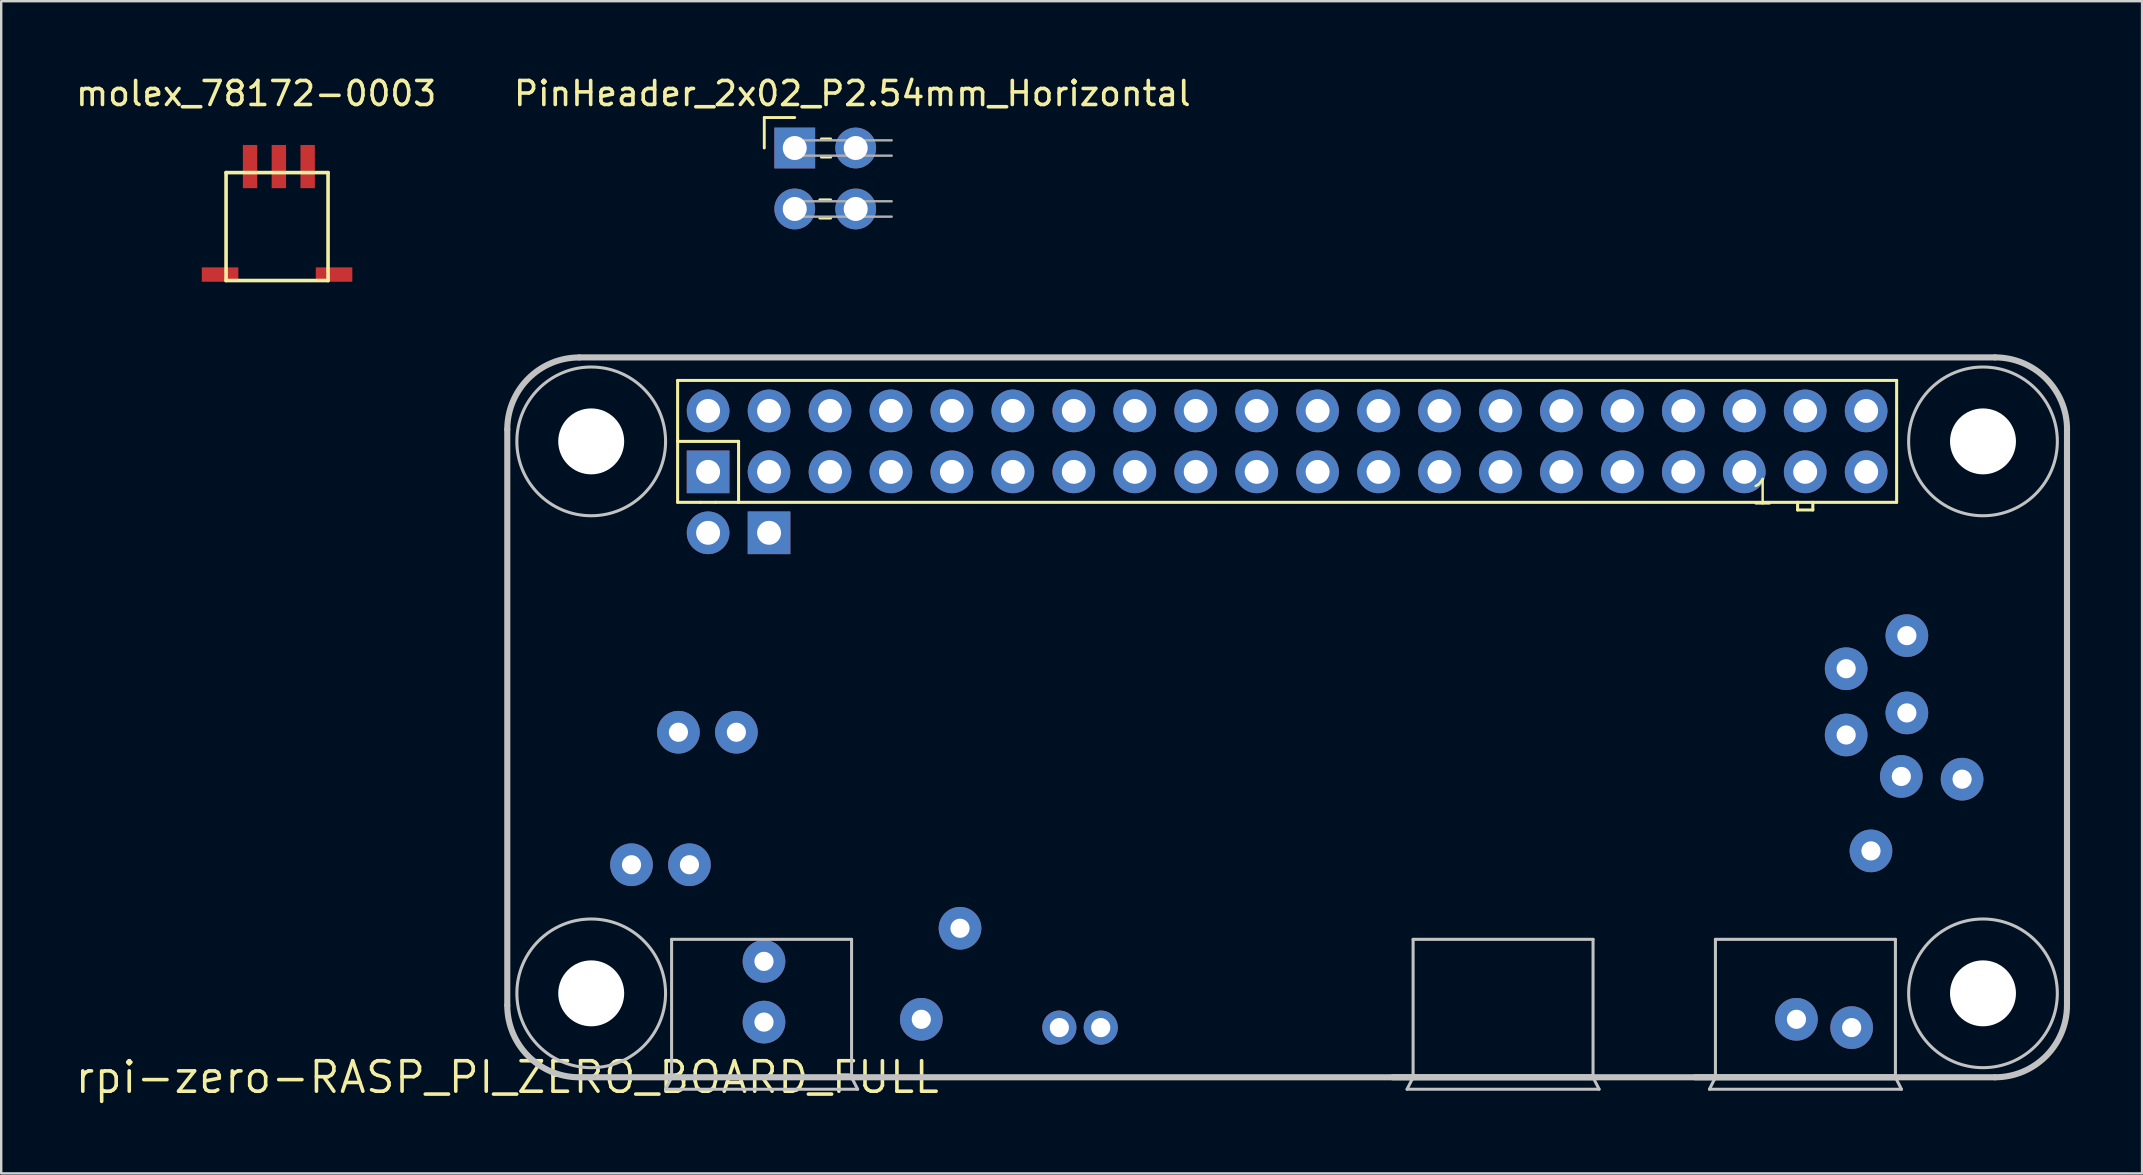
<source format=kicad_pcb>
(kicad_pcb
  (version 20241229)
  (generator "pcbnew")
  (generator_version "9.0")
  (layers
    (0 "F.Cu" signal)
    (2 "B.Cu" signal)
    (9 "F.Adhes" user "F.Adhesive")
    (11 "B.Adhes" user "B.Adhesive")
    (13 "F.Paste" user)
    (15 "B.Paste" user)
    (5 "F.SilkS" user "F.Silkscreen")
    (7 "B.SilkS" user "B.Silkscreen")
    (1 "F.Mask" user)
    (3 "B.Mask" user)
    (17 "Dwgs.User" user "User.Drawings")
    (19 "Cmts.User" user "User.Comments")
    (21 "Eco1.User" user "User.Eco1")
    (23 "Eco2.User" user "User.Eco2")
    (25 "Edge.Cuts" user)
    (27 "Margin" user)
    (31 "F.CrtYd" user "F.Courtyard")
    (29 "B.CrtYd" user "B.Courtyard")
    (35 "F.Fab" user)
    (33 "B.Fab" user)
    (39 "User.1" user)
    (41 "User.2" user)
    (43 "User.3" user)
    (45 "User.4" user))
  (footprint "rpi-zero-RASP_PI_ZERO_BOARD_FULL"
    (layer "F.Cu")
    (at 18.09 41.844)
    (property "Reference" "rpi-zero-RASP_PI_ZERO_BOARD_FULL" (at 0 0 0) (layer "F.SilkS") (effects (font (size 1.27 1.27) (thickness 0.15))))
    (attr exclude_from_pos_files exclude_from_bom)
    (fp_line (start 7.099 -29.04) (end 7.099 -26.5) (stroke (width 0.127) (type solid)) (layer "F.SilkS"))
    (fp_line (start 7.099 -26.5) (end 7.099 -23.96) (stroke (width 0.127) (type solid)) (layer "F.SilkS"))
    (fp_line (start 7.099 -26.5) (end 9.639 -26.5) (stroke (width 0.127) (type solid)) (layer "F.SilkS"))
    (fp_line (start 7.099 -23.96) (end 8.052 -23.96) (stroke (width 0.127) (type solid)) (layer "F.SilkS"))
    (fp_line (start 8.052 -23.96) (end 8.687 -23.96) (stroke (width 0.127) (type solid)) (layer "F.SilkS"))
    (fp_line (start 8.687 -23.96) (end 9.639 -23.96) (stroke (width 0.127) (type solid)) (layer "F.SilkS"))
    (fp_line (start 9.639 -26.5) (end 9.639 -23.96) (stroke (width 0.127) (type solid)) (layer "F.SilkS"))
    (fp_line (start 9.639 -23.96) (end 57.899 -23.96) (stroke (width 0.127) (type solid)) (layer "F.SilkS"))
    (fp_line (start 53.772 -23.96) (end 53.772 -23.642) (stroke (width 0.127) (type solid)) (layer "F.SilkS"))
    (fp_line (start 53.772 -23.642) (end 54.407 -23.642) (stroke (width 0.127) (type solid)) (layer "F.SilkS"))
    (fp_line (start 54.407 -23.642) (end 54.407 -23.96) (stroke (width 0.127) (type solid)) (layer "F.SilkS"))
    (fp_line (start 57.899 -29.04) (end 7.099 -29.04) (stroke (width 0.127) (type solid)) (layer "F.SilkS"))
    (fp_line (start 57.899 -23.96) (end 57.899 -29.04) (stroke (width 0.127) (type solid)) (layer "F.SilkS"))
    (fp_line (start 0 -26.998) (end 0 -3) (stroke (width 0.254) (type solid)) (layer "Dwgs.User"))
    (fp_line (start 3 0) (end 6.848 0) (stroke (width 0.254) (type solid)) (layer "Dwgs.User"))
    (fp_line (start 6.599 0.498) (end 14.6 0.498) (stroke (width 0.127) (type solid)) (layer "Dwgs.User"))
    (fp_line (start 6.848 -5.748) (end 14.348 -5.748) (stroke (width 0.127) (type solid)) (layer "Dwgs.User"))
    (fp_line (start 6.848 0) (end 6.599 0.498) (stroke (width 0.127) (type solid)) (layer "Dwgs.User"))
    (fp_line (start 6.848 0) (end 6.848 -5.748) (stroke (width 0.127) (type solid)) (layer "Dwgs.User"))
    (fp_line (start 6.848 0) (end 14.348 0) (stroke (width 0.254) (type solid)) (layer "Dwgs.User"))
    (fp_line (start 14.348 -5.748) (end 14.348 0) (stroke (width 0.127) (type solid)) (layer "Dwgs.User"))
    (fp_line (start 14.348 0) (end 61.999 0) (stroke (width 0.254) (type solid)) (layer "Dwgs.User"))
    (fp_line (start 14.6 0.498) (end 14.348 0) (stroke (width 0.127) (type solid)) (layer "Dwgs.User"))
    (fp_line (start 36.899 0) (end 37.749 0) (stroke (width 0.254) (type solid)) (layer "Dwgs.User"))
    (fp_line (start 37.498 0.498) (end 45.499 0.498) (stroke (width 0.127) (type solid)) (layer "Dwgs.User"))
    (fp_line (start 37.749 -5.748) (end 45.248 -5.748) (stroke (width 0.127) (type solid)) (layer "Dwgs.User"))
    (fp_line (start 37.749 0) (end 37.498 0.498) (stroke (width 0.127) (type solid)) (layer "Dwgs.User"))
    (fp_line (start 37.749 0) (end 37.749 -5.748) (stroke (width 0.127) (type solid)) (layer "Dwgs.User"))
    (fp_line (start 37.749 0) (end 45.248 0) (stroke (width 0.254) (type solid)) (layer "Dwgs.User"))
    (fp_line (start 45.248 -5.748) (end 45.248 0) (stroke (width 0.127) (type solid)) (layer "Dwgs.User"))
    (fp_line (start 45.499 0.498) (end 45.248 0) (stroke (width 0.127) (type solid)) (layer "Dwgs.User"))
    (fp_line (start 49.5 0) (end 50.348 0) (stroke (width 0.254) (type solid)) (layer "Dwgs.User"))
    (fp_line (start 50.099 0.498) (end 58.1 0.498) (stroke (width 0.127) (type solid)) (layer "Dwgs.User"))
    (fp_line (start 50.348 -5.748) (end 57.849 -5.748) (stroke (width 0.127) (type solid)) (layer "Dwgs.User"))
    (fp_line (start 50.348 0) (end 50.099 0.498) (stroke (width 0.127) (type solid)) (layer "Dwgs.User"))
    (fp_line (start 50.348 0) (end 50.348 -5.748) (stroke (width 0.127) (type solid)) (layer "Dwgs.User"))
    (fp_line (start 50.348 0) (end 57.849 0) (stroke (width 0.254) (type solid)) (layer "Dwgs.User"))
    (fp_line (start 57.849 -5.748) (end 57.849 0) (stroke (width 0.127) (type solid)) (layer "Dwgs.User"))
    (fp_line (start 58.1 0.498) (end 57.849 0) (stroke (width 0.127) (type solid)) (layer "Dwgs.User"))
    (fp_line (start 61.999 -30) (end 3 -30) (stroke (width 0.254) (type solid)) (layer "Dwgs.User"))
    (fp_line (start 64.999 -3) (end 64.999 -26.998) (stroke (width 0.254) (type solid)) (layer "Dwgs.User"))
    (fp_arc (start 0 -26.99766) (mid 0.878604 -29.118796) (end 2.99974 -29.9974) (stroke (width 0.254) (type solid)) (layer "Dwgs.User"))
    (fp_arc (start 2.99974 0) (mid 0.878604 -0.878604) (end 0 -2.99974) (stroke (width 0.254) (type solid)) (layer "Dwgs.User"))
    (fp_arc (start 61.99886 -29.99994) (mid 64.121793 -29.120593) (end 65.00114 -26.99766) (stroke (width 0.254) (type solid)) (layer "Dwgs.User"))
    (fp_arc (start 64.9986 -2.99974) (mid 64.119996 -0.878604) (end 61.99886 0) (stroke (width 0.254) (type solid)) (layer "Dwgs.User"))
    (fp_circle (center 3.498 -26.5) (end 3.498 -29.599) (stroke (width 0.127) (type solid)) (fill no) (layer "Dwgs.User"))
    (fp_circle (center 3.498 -3.498) (end 3.498 -6.596) (stroke (width 0.127) (type solid)) (fill no) (layer "Dwgs.User"))
    (fp_circle (center 61.498 -26.5) (end 61.498 -29.599) (stroke (width 0.127) (type solid)) (fill no) (layer "Dwgs.User"))
    (fp_circle (center 61.498 -3.498) (end 61.498 -6.596) (stroke (width 0.127) (type solid)) (fill no) (layer "Dwgs.User"))
    (fp_text user "1" (at 52.316 -24.381 0) (layer "F.SilkS") (effects (font (size 1.016 1.016) (thickness 0.102))))
    (pad "" np_thru_hole circle (at 3.498 -26.5) (size 2.748 2.748) (drill 2.748) (layers "*.Cu" "*.Mask"))
    (pad "" np_thru_hole circle (at 3.498 -3.498) (size 2.748 2.748) (drill 2.748) (layers "*.Cu" "*.Mask"))
    (pad "" np_thru_hole circle (at 61.498 -26.5) (size 2.748 2.748) (drill 2.748) (layers "*.Cu" "*.Mask"))
    (pad "" np_thru_hole circle (at 61.498 -3.498) (size 2.748 2.748) (drill 2.748) (layers "*.Cu" "*.Mask"))
    (pad "1" thru_hole rect (at 8.369 -25.23) (size 1.778 1.778) (drill 0.998) (layers "*.Cu" "*.Paste" "*.Mask"))
    (pad "2" thru_hole circle (at 8.369 -27.77) (size 1.778 1.778) (drill 0.998) (layers "*.Cu" "*.Paste" "*.Mask"))
    (pad "3" thru_hole circle (at 10.909 -25.23) (size 1.778 1.778) (drill 0.998) (layers "*.Cu" "*.Paste" "*.Mask"))
    (pad "4" thru_hole circle (at 10.909 -27.77) (size 1.778 1.778) (drill 0.998) (layers "*.Cu" "*.Paste" "*.Mask"))
    (pad "5" thru_hole circle (at 13.449 -25.23) (size 1.778 1.778) (drill 0.998) (layers "*.Cu" "*.Paste" "*.Mask"))
    (pad "6" thru_hole circle (at 13.449 -27.77) (size 1.778 1.778) (drill 0.998) (layers "*.Cu" "*.Paste" "*.Mask"))
    (pad "7" thru_hole circle (at 15.989 -25.23) (size 1.778 1.778) (drill 0.998) (layers "*.Cu" "*.Paste" "*.Mask"))
    (pad "8" thru_hole circle (at 15.989 -27.77) (size 1.778 1.778) (drill 0.998) (layers "*.Cu" "*.Paste" "*.Mask"))
    (pad "9" thru_hole circle (at 18.529 -25.23) (size 1.778 1.778) (drill 0.998) (layers "*.Cu" "*.Paste" "*.Mask"))
    (pad "10" thru_hole circle (at 18.529 -27.77) (size 1.778 1.778) (drill 0.998) (layers "*.Cu" "*.Paste" "*.Mask"))
    (pad "11" thru_hole circle (at 21.069 -25.23) (size 1.778 1.778) (drill 0.998) (layers "*.Cu" "*.Paste" "*.Mask"))
    (pad "12" thru_hole circle (at 21.069 -27.77) (size 1.778 1.778) (drill 0.998) (layers "*.Cu" "*.Paste" "*.Mask"))
    (pad "13" thru_hole circle (at 23.609 -25.23) (size 1.778 1.778) (drill 0.998) (layers "*.Cu" "*.Paste" "*.Mask"))
    (pad "14" thru_hole circle (at 23.609 -27.77) (size 1.778 1.778) (drill 0.998) (layers "*.Cu" "*.Paste" "*.Mask"))
    (pad "15" thru_hole circle (at 26.149 -25.23) (size 1.778 1.778) (drill 0.998) (layers "*.Cu" "*.Paste" "*.Mask"))
    (pad "16" thru_hole circle (at 26.149 -27.77) (size 1.778 1.778) (drill 0.998) (layers "*.Cu" "*.Paste" "*.Mask"))
    (pad "17" thru_hole circle (at 28.689 -25.23) (size 1.778 1.778) (drill 0.998) (layers "*.Cu" "*.Paste" "*.Mask"))
    (pad "18" thru_hole circle (at 28.689 -27.77) (size 1.778 1.778) (drill 0.998) (layers "*.Cu" "*.Paste" "*.Mask"))
    (pad "19" thru_hole circle (at 31.229 -25.23) (size 1.778 1.778) (drill 0.998) (layers "*.Cu" "*.Paste" "*.Mask"))
    (pad "20" thru_hole circle (at 31.229 -27.77) (size 1.778 1.778) (drill 0.998) (layers "*.Cu" "*.Paste" "*.Mask"))
    (pad "21" thru_hole circle (at 33.769 -25.23) (size 1.778 1.778) (drill 0.998) (layers "*.Cu" "*.Paste" "*.Mask"))
    (pad "22" thru_hole circle (at 33.769 -27.77) (size 1.778 1.778) (drill 0.998) (layers "*.Cu" "*.Paste" "*.Mask"))
    (pad "23" thru_hole circle (at 36.309 -25.23) (size 1.778 1.778) (drill 0.998) (layers "*.Cu" "*.Paste" "*.Mask"))
    (pad "24" thru_hole circle (at 36.309 -27.77) (size 1.778 1.778) (drill 0.998) (layers "*.Cu" "*.Paste" "*.Mask"))
    (pad "25" thru_hole circle (at 38.849 -25.23) (size 1.778 1.778) (drill 0.998) (layers "*.Cu" "*.Paste" "*.Mask"))
    (pad "26" thru_hole circle (at 38.849 -27.77) (size 1.778 1.778) (drill 0.998) (layers "*.Cu" "*.Paste" "*.Mask"))
    (pad "27" thru_hole circle (at 41.389 -25.23) (size 1.778 1.778) (drill 0.998) (layers "*.Cu" "*.Paste" "*.Mask"))
    (pad "28" thru_hole circle (at 41.389 -27.77) (size 1.778 1.778) (drill 0.998) (layers "*.Cu" "*.Paste" "*.Mask"))
    (pad "29" thru_hole circle (at 43.929 -25.23) (size 1.778 1.778) (drill 0.998) (layers "*.Cu" "*.Paste" "*.Mask"))
    (pad "30" thru_hole circle (at 43.929 -27.77) (size 1.778 1.778) (drill 0.998) (layers "*.Cu" "*.Paste" "*.Mask"))
    (pad "31" thru_hole circle (at 46.469 -25.23) (size 1.778 1.778) (drill 0.998) (layers "*.Cu" "*.Paste" "*.Mask"))
    (pad "32" thru_hole circle (at 46.469 -27.77) (size 1.778 1.778) (drill 0.998) (layers "*.Cu" "*.Paste" "*.Mask"))
    (pad "33" thru_hole circle (at 49.009 -25.23) (size 1.778 1.778) (drill 0.998) (layers "*.Cu" "*.Paste" "*.Mask"))
    (pad "34" thru_hole circle (at 49.009 -27.77) (size 1.778 1.778) (drill 0.998) (layers "*.Cu" "*.Paste" "*.Mask"))
    (pad "35" thru_hole circle (at 51.549 -25.23) (size 1.778 1.778) (drill 0.998) (layers "*.Cu" "*.Paste" "*.Mask"))
    (pad "36" thru_hole circle (at 51.549 -27.77) (size 1.778 1.778) (drill 0.998) (layers "*.Cu" "*.Paste" "*.Mask"))
    (pad "37" thru_hole circle (at 54.089 -25.23) (size 1.778 1.778) (drill 0.998) (layers "*.Cu" "*.Paste" "*.Mask"))
    (pad "38" thru_hole circle (at 54.089 -27.77) (size 1.778 1.778) (drill 0.998) (layers "*.Cu" "*.Paste" "*.Mask"))
    (pad "39" thru_hole circle (at 56.629 -25.23) (size 1.778 1.778) (drill 0.998) (layers "*.Cu" "*.Paste" "*.Mask"))
    (pad "40" thru_hole circle (at 56.629 -27.77) (size 1.778 1.778) (drill 0.998) (layers "*.Cu" "*.Paste" "*.Mask"))
    (pad "41" thru_hole rect (at 10.909 -22.69) (size 1.778 1.778) (drill 0.998) (layers "*.Cu" "*.Paste" "*.Mask"))
    (pad "42" thru_hole circle (at 8.369 -22.69) (size 1.778 1.778) (drill 0.998) (layers "*.Cu" "*.Paste" "*.Mask"))
    (pad "PP1" thru_hole circle (at 10.698 -4.831) (size 1.778 1.778) (drill 0.798) (layers "*.Cu" "*.Paste" "*.Mask"))
    (pad "PP3" thru_hole circle (at 7.592 -8.857) (size 1.778 1.778) (drill 0.798) (layers "*.Cu" "*.Paste" "*.Mask"))
    (pad "PP4" thru_hole circle (at 7.132 -14.379) (size 1.778 1.778) (drill 0.798) (layers "*.Cu" "*.Paste" "*.Mask"))
    (pad "PP6" thru_hole circle (at 10.698 -2.299) (size 1.778 1.778) (drill 0.798) (layers "*.Cu" "*.Paste" "*.Mask"))
    (pad "PP8" thru_hole circle (at 5.177 -8.857) (size 1.778 1.778) (drill 0.798) (layers "*.Cu" "*.Paste" "*.Mask"))
    (pad "PP9" thru_hole circle (at 9.548 -14.379) (size 1.778 1.778) (drill 0.798) (layers "*.Cu" "*.Paste" "*.Mask"))
    (pad "PP14" thru_hole circle (at 58.326 -18.405) (size 1.778 1.778) (drill 0.798) (layers "*.Cu" "*.Paste" "*.Mask"))
    (pad "PP15" thru_hole circle (at 55.796 -14.265) (size 1.778 1.778) (drill 0.798) (layers "*.Cu" "*.Paste" "*.Mask"))
    (pad "PP18" thru_hole circle (at 55.796 -17.026) (size 1.778 1.778) (drill 0.798) (layers "*.Cu" "*.Paste" "*.Mask"))
    (pad "PP19" thru_hole circle (at 58.326 -15.184) (size 1.778 1.778) (drill 0.798) (layers "*.Cu" "*.Paste" "*.Mask"))
    (pad "PP20" thru_hole circle (at 56.83 -9.434) (size 1.778 1.778) (drill 0.798) (layers "*.Cu" "*.Paste" "*.Mask"))
    (pad "PP22" thru_hole circle (at 23.007 -2.07) (size 1.422 1.422) (drill 0.798) (layers "*.Cu" "*.Paste" "*.Mask"))
    (pad "PP23" thru_hole circle (at 24.732 -2.07) (size 1.422 1.422) (drill 0.798) (layers "*.Cu" "*.Paste" "*.Mask"))
    (pad "PP35" thru_hole circle (at 17.254 -2.416) (size 1.778 1.778) (drill 0.798) (layers "*.Cu" "*.Paste" "*.Mask"))
    (pad "PP36" thru_hole circle (at 60.627 -12.423) (size 1.778 1.778) (drill 0.798) (layers "*.Cu" "*.Paste" "*.Mask"))
    (pad "PP37" thru_hole circle (at 56.025 -2.07) (size 1.778 1.778) (drill 0.798) (layers "*.Cu" "*.Paste" "*.Mask"))
    (pad "PP38" thru_hole circle (at 53.724 -2.416) (size 1.778 1.778) (drill 0.798) (layers "*.Cu" "*.Paste" "*.Mask"))
    (pad "PP39" thru_hole circle (at 58.095 -12.537) (size 1.778 1.778) (drill 0.798) (layers "*.Cu" "*.Paste" "*.Mask"))
    (pad "PP40" thru_hole circle (at 18.867 -6.21) (size 1.778 1.778) (drill 0.798) (layers "*.Cu" "*.Paste" "*.Mask")))
  (footprint "PinHeader_2x02_P2.54mm_Horizontal"
    (layer "F.Cu")
    (at 30.07 3.118)
    (property "Reference" "PinHeader_2x02_P2.54mm_Horizontal" (at 2.4 -2.27 0) (layer "F.SilkS") (effects (font (size 1 1) (thickness 0.15))))
    (attr through_hole)
    (fp_line (start -1.27 -1.27) (end 0 -1.27) (stroke (width 0.12) (type solid)) (layer "F.SilkS"))
    (fp_line (start -1.27 0) (end -1.27 -1.27) (stroke (width 0.12) (type solid)) (layer "F.SilkS"))
    (fp_line (start 1.043 2.16) (end 1.497 2.16) (stroke (width 0.12) (type solid)) (layer "F.SilkS"))
    (fp_line (start 1.043 2.92) (end 1.497 2.92) (stroke (width 0.12) (type solid)) (layer "F.SilkS"))
    (fp_line (start 1.11 -0.38) (end 1.497 -0.38) (stroke (width 0.12) (type solid)) (layer "F.SilkS"))
    (fp_line (start 1.11 0.38) (end 1.497 0.38) (stroke (width 0.12) (type solid)) (layer "F.SilkS"))
    (fp_line (start -0.32 -0.32) (end -0.32 0.32) (stroke (width 0.1) (type solid)) (layer "F.Fab"))
    (fp_line (start -0.32 -0.32) (end 4.04 -0.32) (stroke (width 0.1) (type solid)) (layer "F.Fab"))
    (fp_line (start -0.32 0.32) (end 4.04 0.32) (stroke (width 0.1) (type solid)) (layer "F.Fab"))
    (fp_line (start -0.32 2.22) (end -0.32 2.86) (stroke (width 0.1) (type solid)) (layer "F.Fab"))
    (fp_line (start -0.32 2.22) (end 4.04 2.22) (stroke (width 0.1) (type solid)) (layer "F.Fab"))
    (fp_line (start -0.32 2.86) (end 4.04 2.86) (stroke (width 0.1) (type solid)) (layer "F.Fab"))
    (pad "1" thru_hole rect (at 0 0) (size 1.7 1.7) (drill 1) (layers "*.Cu" "*.Mask"))
    (pad "2" thru_hole oval (at 2.54 0) (size 1.7 1.7) (drill 1) (layers "*.Cu" "*.Mask"))
    (pad "3" thru_hole oval (at 0 2.54) (size 1.7 1.7) (drill 1) (layers "*.Cu" "*.Mask"))
    (pad "4" thru_hole oval (at 2.54 2.54) (size 1.7 1.7) (drill 1) (layers "*.Cu" "*.Mask")))
  (footprint "molex_78172-0003"
    (layer "F.Cu")
    (at 7.371 3.642)
    (property "Reference" "molex_78172-0003" (at 0.254 -2.794 0) (layer "F.SilkS") (effects (font (size 1 1) (thickness 0.15))))
    (attr through_hole)
    (fp_line (start -1 0.5) (end 3.25 0.5) (stroke (width 0.15) (type solid)) (layer "F.SilkS"))
    (fp_line (start -1 5) (end -1 0.5) (stroke (width 0.15) (type solid)) (layer "F.SilkS"))
    (fp_line (start 3.25 0.5) (end 3.25 5) (stroke (width 0.15) (type solid)) (layer "F.SilkS"))
    (fp_line (start 3.25 5) (end -1 5) (stroke (width 0.15) (type solid)) (layer "F.SilkS"))
    (pad "1" smd rect (at 0 0.25) (size 0.6 1.8) (layers "F.Cu" "F.Mask" "F.Paste"))
    (pad "2" smd rect (at 1.2 0.25) (size 0.6 1.8) (layers "F.Cu" "F.Mask" "F.Paste"))
    (pad "3" smd rect (at 2.4 0.25) (size 0.6 1.8) (layers "F.Cu" "F.Mask" "F.Paste"))
    (pad "~" smd rect (at -1.25 4.75 90) (size 0.6 1.524) (layers "F.Cu" "F.Mask" "F.Paste"))
    (pad "~" smd rect (at 3.5 4.75 90) (size 0.6 1.524) (layers "F.Cu" "F.Mask" "F.Paste")))
  (gr_rect
    (start -3 -3)
    (end 86.218 45.85)
    (stroke (width 0.1) (type default))
    (fill no)
    (layer "Edge.Cuts")))
</source>
